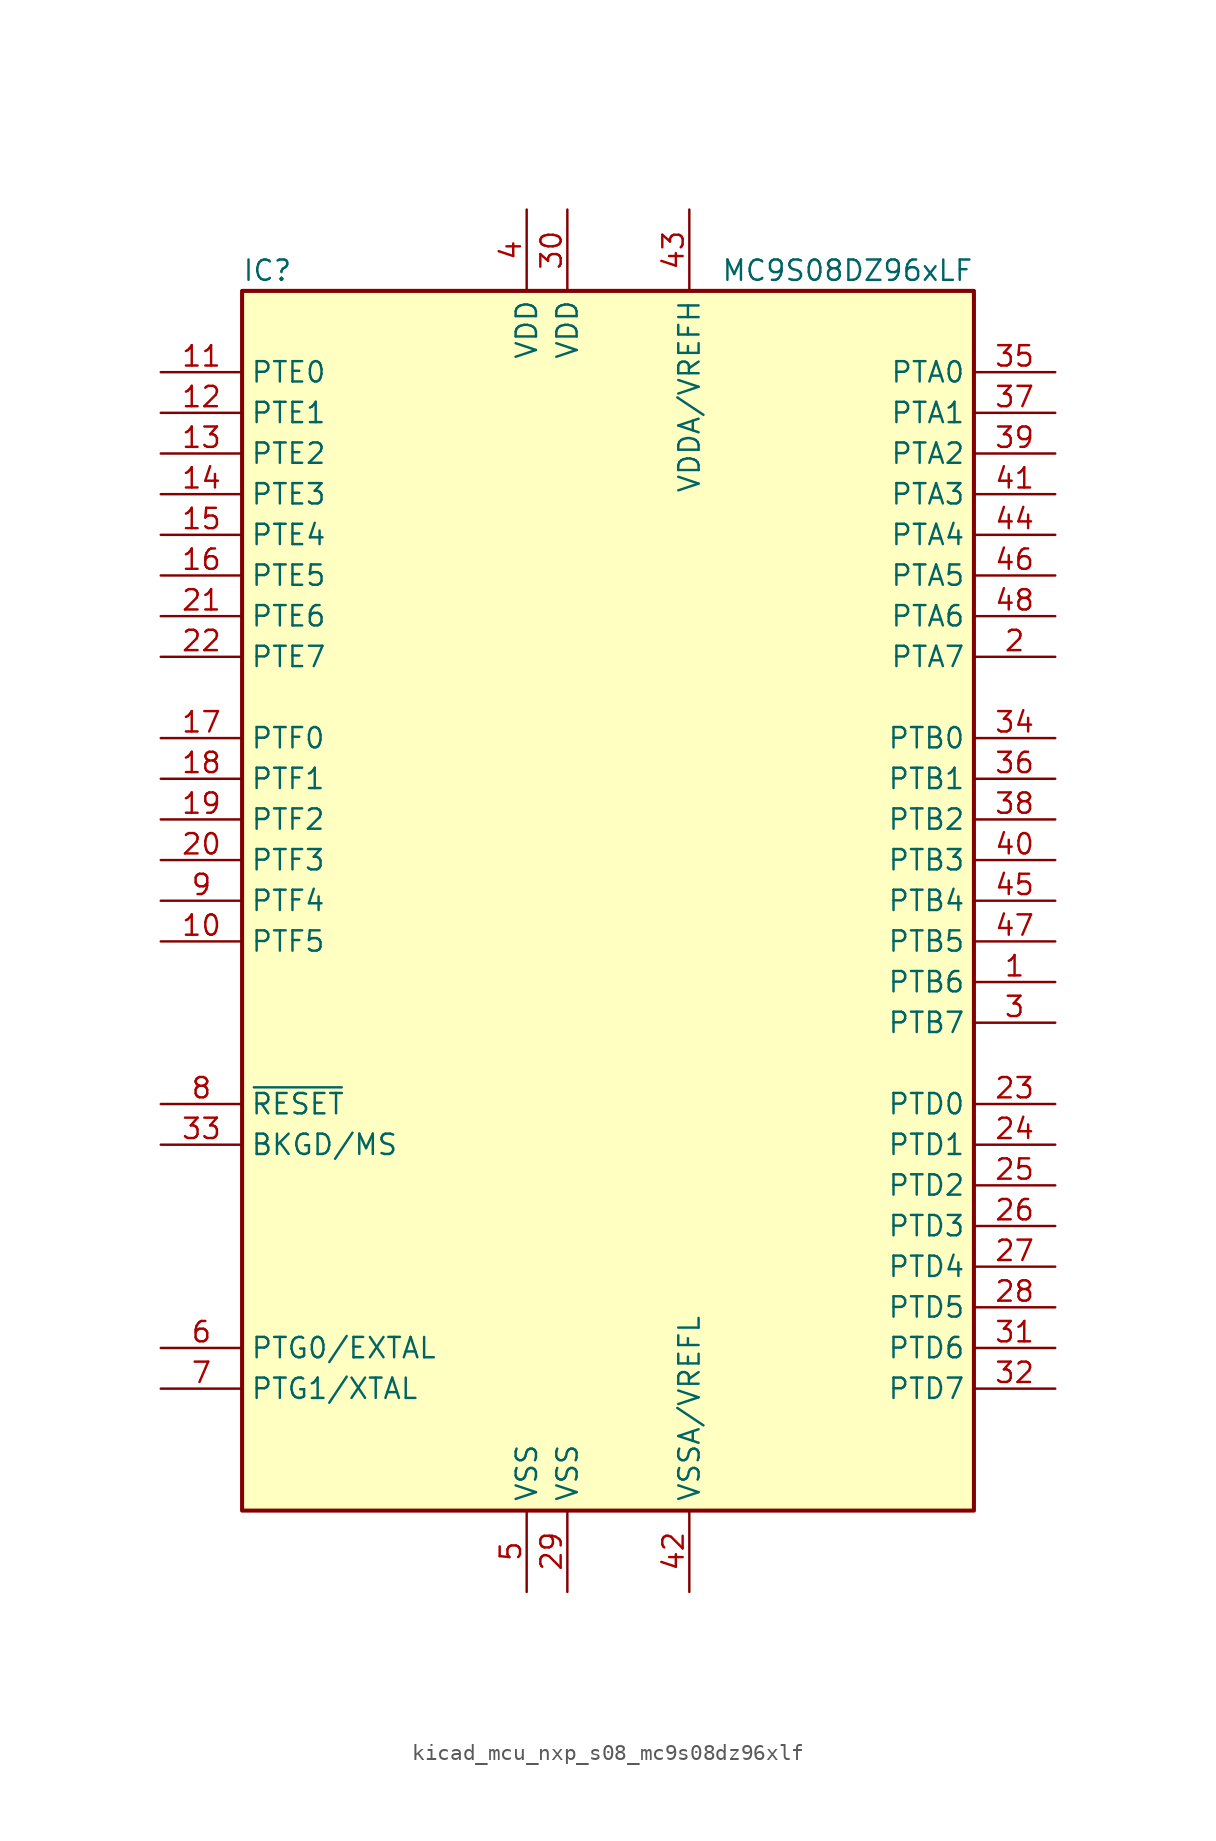
<source format=kicad_sym>
(kicad_symbol_lib
  (version 20220914)
  (generator kicad_symbol_editor)
  (symbol "kicad_mcu_nxp_s08_mc9s08dz96xlf"
    (property "Reference" "IC"
      (at -22.86 39.37 0)
      (effects (font (size 1.27 1.27)) (justify left)))
    (property "Value" "MC9S08DZ96xLF"
      (at 22.86 39.37 0)
      (effects (font (size 1.27 1.27)) (justify right)))
    (symbol "kicad_mcu_nxp_s08_mc9s08dz96xlf_0_1"
      (rectangle (start -22.86 38.1) (end 22.86 -38.1) (stroke (width 0.254) (type default)) (fill (type background))))
    (symbol "kicad_mcu_nxp_s08_mc9s08dz96xlf_1_1"
      (pin bidirectional line (at 27.94 -5.08 180) (length 5.08) (name "PTB6" (effects (font (size 1.27 1.27)))) (number "1" (effects (font (size 1.27 1.27)))))
      (pin bidirectional line (at -27.94 -2.54 0) (length 5.08) (name "PTF5" (effects (font (size 1.27 1.27)))) (number "10" (effects (font (size 1.27 1.27)))))
      (pin bidirectional line (at -27.94 33.02 0) (length 5.08) (name "PTE0" (effects (font (size 1.27 1.27)))) (number "11" (effects (font (size 1.27 1.27)))))
      (pin bidirectional line (at -27.94 30.48 0) (length 5.08) (name "PTE1" (effects (font (size 1.27 1.27)))) (number "12" (effects (font (size 1.27 1.27)))))
      (pin bidirectional line (at -27.94 27.94 0) (length 5.08) (name "PTE2" (effects (font (size 1.27 1.27)))) (number "13" (effects (font (size 1.27 1.27)))))
      (pin bidirectional line (at -27.94 25.4 0) (length 5.08) (name "PTE3" (effects (font (size 1.27 1.27)))) (number "14" (effects (font (size 1.27 1.27)))))
      (pin bidirectional line (at -27.94 22.86 0) (length 5.08) (name "PTE4" (effects (font (size 1.27 1.27)))) (number "15" (effects (font (size 1.27 1.27)))))
      (pin bidirectional line (at -27.94 20.32 0) (length 5.08) (name "PTE5" (effects (font (size 1.27 1.27)))) (number "16" (effects (font (size 1.27 1.27)))))
      (pin bidirectional line (at -27.94 10.16 0) (length 5.08) (name "PTF0" (effects (font (size 1.27 1.27)))) (number "17" (effects (font (size 1.27 1.27)))))
      (pin bidirectional line (at -27.94 7.62 0) (length 5.08) (name "PTF1" (effects (font (size 1.27 1.27)))) (number "18" (effects (font (size 1.27 1.27)))))
      (pin bidirectional line (at -27.94 5.08 0) (length 5.08) (name "PTF2" (effects (font (size 1.27 1.27)))) (number "19" (effects (font (size 1.27 1.27)))))
      (pin bidirectional line (at 27.94 15.24 180) (length 5.08) (name "PTA7" (effects (font (size 1.27 1.27)))) (number "2" (effects (font (size 1.27 1.27)))))
      (pin bidirectional line (at -27.94 2.54 0) (length 5.08) (name "PTF3" (effects (font (size 1.27 1.27)))) (number "20" (effects (font (size 1.27 1.27)))))
      (pin bidirectional line (at -27.94 17.78 0) (length 5.08) (name "PTE6" (effects (font (size 1.27 1.27)))) (number "21" (effects (font (size 1.27 1.27)))))
      (pin bidirectional line (at -27.94 15.24 0) (length 5.08) (name "PTE7" (effects (font (size 1.27 1.27)))) (number "22" (effects (font (size 1.27 1.27)))))
      (pin bidirectional line (at 27.94 -12.7 180) (length 5.08) (name "PTD0" (effects (font (size 1.27 1.27)))) (number "23" (effects (font (size 1.27 1.27)))))
      (pin bidirectional line (at 27.94 -15.24 180) (length 5.08) (name "PTD1" (effects (font (size 1.27 1.27)))) (number "24" (effects (font (size 1.27 1.27)))))
      (pin bidirectional line (at 27.94 -17.78 180) (length 5.08) (name "PTD2" (effects (font (size 1.27 1.27)))) (number "25" (effects (font (size 1.27 1.27)))))
      (pin bidirectional line (at 27.94 -20.32 180) (length 5.08) (name "PTD3" (effects (font (size 1.27 1.27)))) (number "26" (effects (font (size 1.27 1.27)))))
      (pin bidirectional line (at 27.94 -22.86 180) (length 5.08) (name "PTD4" (effects (font (size 1.27 1.27)))) (number "27" (effects (font (size 1.27 1.27)))))
      (pin bidirectional line (at 27.94 -25.4 180) (length 5.08) (name "PTD5" (effects (font (size 1.27 1.27)))) (number "28" (effects (font (size 1.27 1.27)))))
      (pin power_in line (at -2.54 -43.18 90) (length 5.08) (name "VSS" (effects (font (size 1.27 1.27)))) (number "29" (effects (font (size 1.27 1.27)))))
      (pin bidirectional line (at 27.94 -7.62 180) (length 5.08) (name "PTB7" (effects (font (size 1.27 1.27)))) (number "3" (effects (font (size 1.27 1.27)))))
      (pin power_in line (at -2.54 43.18 270) (length 5.08) (name "VDD" (effects (font (size 1.27 1.27)))) (number "30" (effects (font (size 1.27 1.27)))))
      (pin bidirectional line (at 27.94 -27.94 180) (length 5.08) (name "PTD6" (effects (font (size 1.27 1.27)))) (number "31" (effects (font (size 1.27 1.27)))))
      (pin bidirectional line (at 27.94 -30.48 180) (length 5.08) (name "PTD7" (effects (font (size 1.27 1.27)))) (number "32" (effects (font (size 1.27 1.27)))))
      (pin bidirectional line (at -27.94 -15.24 0) (length 5.08) (name "BKGD/MS" (effects (font (size 1.27 1.27)))) (number "33" (effects (font (size 1.27 1.27)))))
      (pin bidirectional line (at 27.94 10.16 180) (length 5.08) (name "PTB0" (effects (font (size 1.27 1.27)))) (number "34" (effects (font (size 1.27 1.27)))))
      (pin bidirectional line (at 27.94 33.02 180) (length 5.08) (name "PTA0" (effects (font (size 1.27 1.27)))) (number "35" (effects (font (size 1.27 1.27)))))
      (pin bidirectional line (at 27.94 7.62 180) (length 5.08) (name "PTB1" (effects (font (size 1.27 1.27)))) (number "36" (effects (font (size 1.27 1.27)))))
      (pin bidirectional line (at 27.94 30.48 180) (length 5.08) (name "PTA1" (effects (font (size 1.27 1.27)))) (number "37" (effects (font (size 1.27 1.27)))))
      (pin bidirectional line (at 27.94 5.08 180) (length 5.08) (name "PTB2" (effects (font (size 1.27 1.27)))) (number "38" (effects (font (size 1.27 1.27)))))
      (pin bidirectional line (at 27.94 27.94 180) (length 5.08) (name "PTA2" (effects (font (size 1.27 1.27)))) (number "39" (effects (font (size 1.27 1.27)))))
      (pin power_in line (at -5.08 43.18 270) (length 5.08) (name "VDD" (effects (font (size 1.27 1.27)))) (number "4" (effects (font (size 1.27 1.27)))))
      (pin bidirectional line (at 27.94 2.54 180) (length 5.08) (name "PTB3" (effects (font (size 1.27 1.27)))) (number "40" (effects (font (size 1.27 1.27)))))
      (pin bidirectional line (at 27.94 25.4 180) (length 5.08) (name "PTA3" (effects (font (size 1.27 1.27)))) (number "41" (effects (font (size 1.27 1.27)))))
      (pin power_in line (at 5.08 -43.18 90) (length 5.08) (name "VSSA/VREFL" (effects (font (size 1.27 1.27)))) (number "42" (effects (font (size 1.27 1.27)))))
      (pin power_in line (at 5.08 43.18 270) (length 5.08) (name "VDDA/VREFH" (effects (font (size 1.27 1.27)))) (number "43" (effects (font (size 1.27 1.27)))))
      (pin bidirectional line (at 27.94 22.86 180) (length 5.08) (name "PTA4" (effects (font (size 1.27 1.27)))) (number "44" (effects (font (size 1.27 1.27)))))
      (pin bidirectional line (at 27.94 0 180) (length 5.08) (name "PTB4" (effects (font (size 1.27 1.27)))) (number "45" (effects (font (size 1.27 1.27)))))
      (pin bidirectional line (at 27.94 20.32 180) (length 5.08) (name "PTA5" (effects (font (size 1.27 1.27)))) (number "46" (effects (font (size 1.27 1.27)))))
      (pin bidirectional line (at 27.94 -2.54 180) (length 5.08) (name "PTB5" (effects (font (size 1.27 1.27)))) (number "47" (effects (font (size 1.27 1.27)))))
      (pin bidirectional line (at 27.94 17.78 180) (length 5.08) (name "PTA6" (effects (font (size 1.27 1.27)))) (number "48" (effects (font (size 1.27 1.27)))))
      (pin power_in line (at -5.08 -43.18 90) (length 5.08) (name "VSS" (effects (font (size 1.27 1.27)))) (number "5" (effects (font (size 1.27 1.27)))))
      (pin bidirectional line (at -27.94 -27.94 0) (length 5.08) (name "PTG0/EXTAL" (effects (font (size 1.27 1.27)))) (number "6" (effects (font (size 1.27 1.27)))))
      (pin bidirectional line (at -27.94 -30.48 0) (length 5.08) (name "PTG1/XTAL" (effects (font (size 1.27 1.27)))) (number "7" (effects (font (size 1.27 1.27)))))
      (pin input line (at -27.94 -12.7 0) (length 5.08) (name "~{RESET}" (effects (font (size 1.27 1.27)))) (number "8" (effects (font (size 1.27 1.27)))))
      (pin bidirectional line (at -27.94 0 0) (length 5.08) (name "PTF4" (effects (font (size 1.27 1.27)))) (number "9" (effects (font (size 1.27 1.27))))))))
</source>
